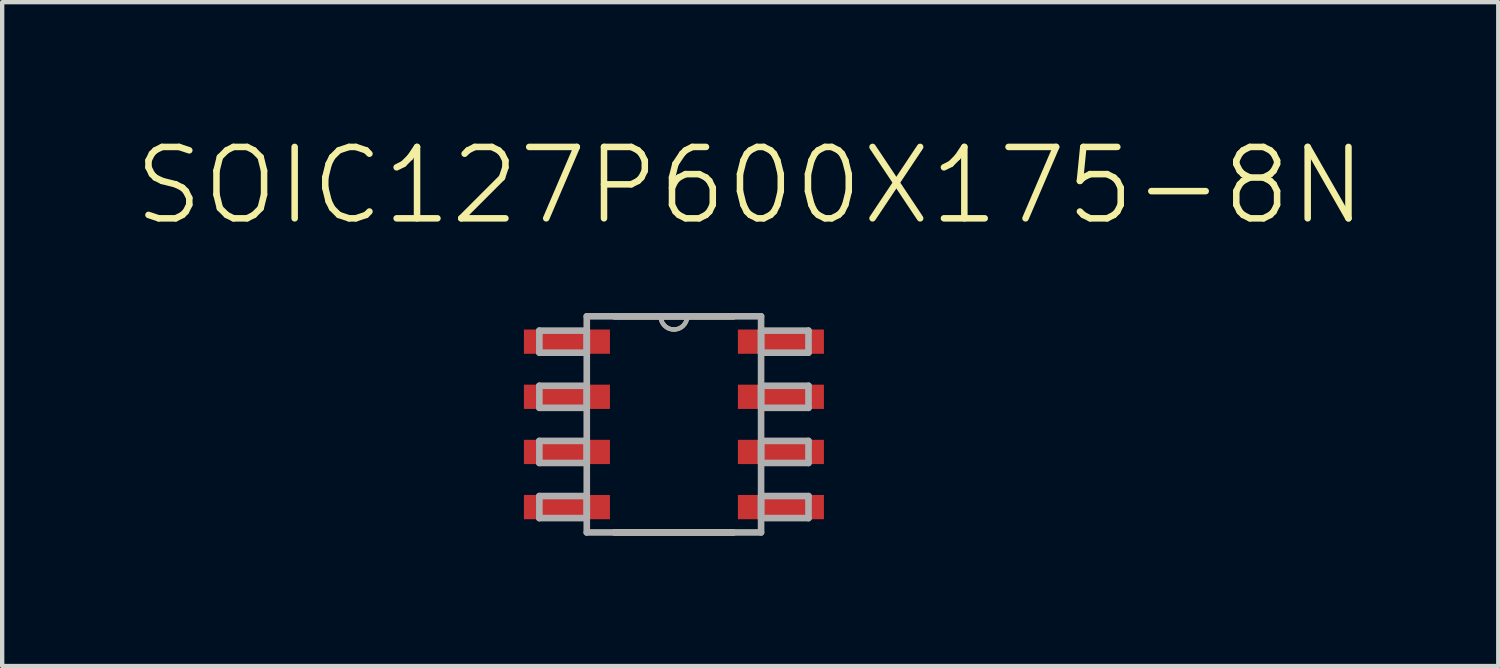
<source format=kicad_pcb>
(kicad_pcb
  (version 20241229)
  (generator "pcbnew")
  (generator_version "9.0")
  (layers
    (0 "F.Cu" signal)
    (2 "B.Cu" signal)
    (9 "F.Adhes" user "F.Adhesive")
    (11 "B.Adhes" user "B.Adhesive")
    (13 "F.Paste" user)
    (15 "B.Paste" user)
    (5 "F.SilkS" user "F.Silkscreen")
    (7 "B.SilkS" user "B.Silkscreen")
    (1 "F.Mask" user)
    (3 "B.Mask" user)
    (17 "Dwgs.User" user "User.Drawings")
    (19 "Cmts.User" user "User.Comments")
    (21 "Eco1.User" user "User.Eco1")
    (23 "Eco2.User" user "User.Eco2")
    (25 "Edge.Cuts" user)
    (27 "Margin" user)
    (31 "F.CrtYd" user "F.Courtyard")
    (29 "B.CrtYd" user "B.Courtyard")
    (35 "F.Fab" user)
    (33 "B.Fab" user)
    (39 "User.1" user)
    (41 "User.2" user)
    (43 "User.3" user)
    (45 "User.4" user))
  (footprint "SOIC127P600X175-8N"
    (layer "F.Cu")
    (at 12.47 6.723)
    (property "Reference" "SOIC127P600X175-8N" (at 1.756 -5.498 0) (layer "F.SilkS") (effects (font (size 1.644 1.644) (thickness 0.15))))
    (attr smd)
    (fp_line (start -1.372 2.489) (end 1.372 2.489) (stroke (width 0.152) (type solid)) (layer "F.SilkS"))
    (fp_line (start -0.305 -2.489) (end -1.372 -2.489) (stroke (width 0.152) (type solid)) (layer "F.SilkS"))
    (fp_line (start 0.305 -2.489) (end -0.305 -2.489) (stroke (width 0.152) (type solid)) (layer "F.SilkS"))
    (fp_line (start 1.372 -2.489) (end 0.305 -2.489) (stroke (width 0.152) (type solid)) (layer "F.SilkS"))
    (fp_arc (start 0.3048 -2.4892) (mid 0 -2.1844) (end -0.3048 -2.4892) (stroke (width 0.1) (type solid)) (layer "F.SilkS"))
    (fp_line (start -3.099 -2.159) (end -3.099 -1.651) (stroke (width 0.152) (type solid)) (layer "F.Fab"))
    (fp_line (start -3.099 -1.651) (end -2.007 -1.651) (stroke (width 0.152) (type solid)) (layer "F.Fab"))
    (fp_line (start -3.099 -0.889) (end -3.099 -0.381) (stroke (width 0.152) (type solid)) (layer "F.Fab"))
    (fp_line (start -3.099 -0.381) (end -2.007 -0.381) (stroke (width 0.152) (type solid)) (layer "F.Fab"))
    (fp_line (start -3.099 0.381) (end -3.099 0.889) (stroke (width 0.152) (type solid)) (layer "F.Fab"))
    (fp_line (start -3.099 0.889) (end -2.007 0.889) (stroke (width 0.152) (type solid)) (layer "F.Fab"))
    (fp_line (start -3.099 1.651) (end -3.099 2.159) (stroke (width 0.152) (type solid)) (layer "F.Fab"))
    (fp_line (start -3.099 2.159) (end -2.007 2.159) (stroke (width 0.152) (type solid)) (layer "F.Fab"))
    (fp_line (start -2.007 -2.489) (end -2.007 2.489) (stroke (width 0.152) (type solid)) (layer "F.Fab"))
    (fp_line (start -2.007 -2.159) (end -3.099 -2.159) (stroke (width 0.152) (type solid)) (layer "F.Fab"))
    (fp_line (start -2.007 -1.651) (end -2.007 -2.159) (stroke (width 0.152) (type solid)) (layer "F.Fab"))
    (fp_line (start -2.007 -0.889) (end -3.099 -0.889) (stroke (width 0.152) (type solid)) (layer "F.Fab"))
    (fp_line (start -2.007 -0.381) (end -2.007 -0.889) (stroke (width 0.152) (type solid)) (layer "F.Fab"))
    (fp_line (start -2.007 0.381) (end -3.099 0.381) (stroke (width 0.152) (type solid)) (layer "F.Fab"))
    (fp_line (start -2.007 0.889) (end -2.007 0.381) (stroke (width 0.152) (type solid)) (layer "F.Fab"))
    (fp_line (start -2.007 1.651) (end -3.099 1.651) (stroke (width 0.152) (type solid)) (layer "F.Fab"))
    (fp_line (start -2.007 2.159) (end -2.007 1.651) (stroke (width 0.152) (type solid)) (layer "F.Fab"))
    (fp_line (start -2.007 2.489) (end 2.007 2.489) (stroke (width 0.152) (type solid)) (layer "F.Fab"))
    (fp_line (start -0.305 -2.489) (end -2.007 -2.489) (stroke (width 0.152) (type solid)) (layer "F.Fab"))
    (fp_line (start 0.305 -2.489) (end -0.305 -2.489) (stroke (width 0.152) (type solid)) (layer "F.Fab"))
    (fp_line (start 2.007 -2.489) (end 0.305 -2.489) (stroke (width 0.152) (type solid)) (layer "F.Fab"))
    (fp_line (start 2.007 -2.159) (end 2.007 -1.651) (stroke (width 0.152) (type solid)) (layer "F.Fab"))
    (fp_line (start 2.007 -1.651) (end 3.099 -1.651) (stroke (width 0.152) (type solid)) (layer "F.Fab"))
    (fp_line (start 2.007 -0.889) (end 2.007 -0.381) (stroke (width 0.152) (type solid)) (layer "F.Fab"))
    (fp_line (start 2.007 -0.381) (end 3.099 -0.381) (stroke (width 0.152) (type solid)) (layer "F.Fab"))
    (fp_line (start 2.007 0.381) (end 2.007 0.889) (stroke (width 0.152) (type solid)) (layer "F.Fab"))
    (fp_line (start 2.007 0.889) (end 3.099 0.889) (stroke (width 0.152) (type solid)) (layer "F.Fab"))
    (fp_line (start 2.007 1.651) (end 2.007 2.159) (stroke (width 0.152) (type solid)) (layer "F.Fab"))
    (fp_line (start 2.007 2.159) (end 3.099 2.159) (stroke (width 0.152) (type solid)) (layer "F.Fab"))
    (fp_line (start 2.007 2.489) (end 2.007 -2.489) (stroke (width 0.152) (type solid)) (layer "F.Fab"))
    (fp_line (start 3.099 -2.159) (end 2.007 -2.159) (stroke (width 0.152) (type solid)) (layer "F.Fab"))
    (fp_line (start 3.099 -1.651) (end 3.099 -2.159) (stroke (width 0.152) (type solid)) (layer "F.Fab"))
    (fp_line (start 3.099 -0.889) (end 2.007 -0.889) (stroke (width 0.152) (type solid)) (layer "F.Fab"))
    (fp_line (start 3.099 -0.381) (end 3.099 -0.889) (stroke (width 0.152) (type solid)) (layer "F.Fab"))
    (fp_line (start 3.099 0.381) (end 2.007 0.381) (stroke (width 0.152) (type solid)) (layer "F.Fab"))
    (fp_line (start 3.099 0.889) (end 3.099 0.381) (stroke (width 0.152) (type solid)) (layer "F.Fab"))
    (fp_line (start 3.099 1.651) (end 2.007 1.651) (stroke (width 0.152) (type solid)) (layer "F.Fab"))
    (fp_line (start 3.099 2.159) (end 3.099 1.651) (stroke (width 0.152) (type solid)) (layer "F.Fab"))
    (fp_arc (start 0.3048 -2.4892) (mid 0 -2.1844) (end -0.3048 -2.4892) (stroke (width 0.1) (type solid)) (layer "F.Fab"))
    (pad "1" smd rect (at -2.464 -1.905) (size 1.981 0.559) (layers "F.Cu" "F.Mask" "F.Paste"))
    (pad "2" smd rect (at -2.464 -0.635) (size 1.981 0.559) (layers "F.Cu" "F.Mask" "F.Paste"))
    (pad "3" smd rect (at -2.464 0.635) (size 1.981 0.559) (layers "F.Cu" "F.Mask" "F.Paste"))
    (pad "4" smd rect (at -2.464 1.905) (size 1.981 0.559) (layers "F.Cu" "F.Mask" "F.Paste"))
    (pad "5" smd rect (at 2.464 1.905) (size 1.981 0.559) (layers "F.Cu" "F.Mask" "F.Paste"))
    (pad "6" smd rect (at 2.464 0.635) (size 1.981 0.559) (layers "F.Cu" "F.Mask" "F.Paste"))
    (pad "7" smd rect (at 2.464 -0.635) (size 1.981 0.559) (layers "F.Cu" "F.Mask" "F.Paste"))
    (pad "8" smd rect (at 2.464 -1.905) (size 1.981 0.559) (layers "F.Cu" "F.Mask" "F.Paste")))
  (gr_rect
    (start -3 -3)
    (end 31.454 12.289)
    (stroke (width 0.1) (type default))
    (fill no)
    (layer "Edge.Cuts")))
</source>
